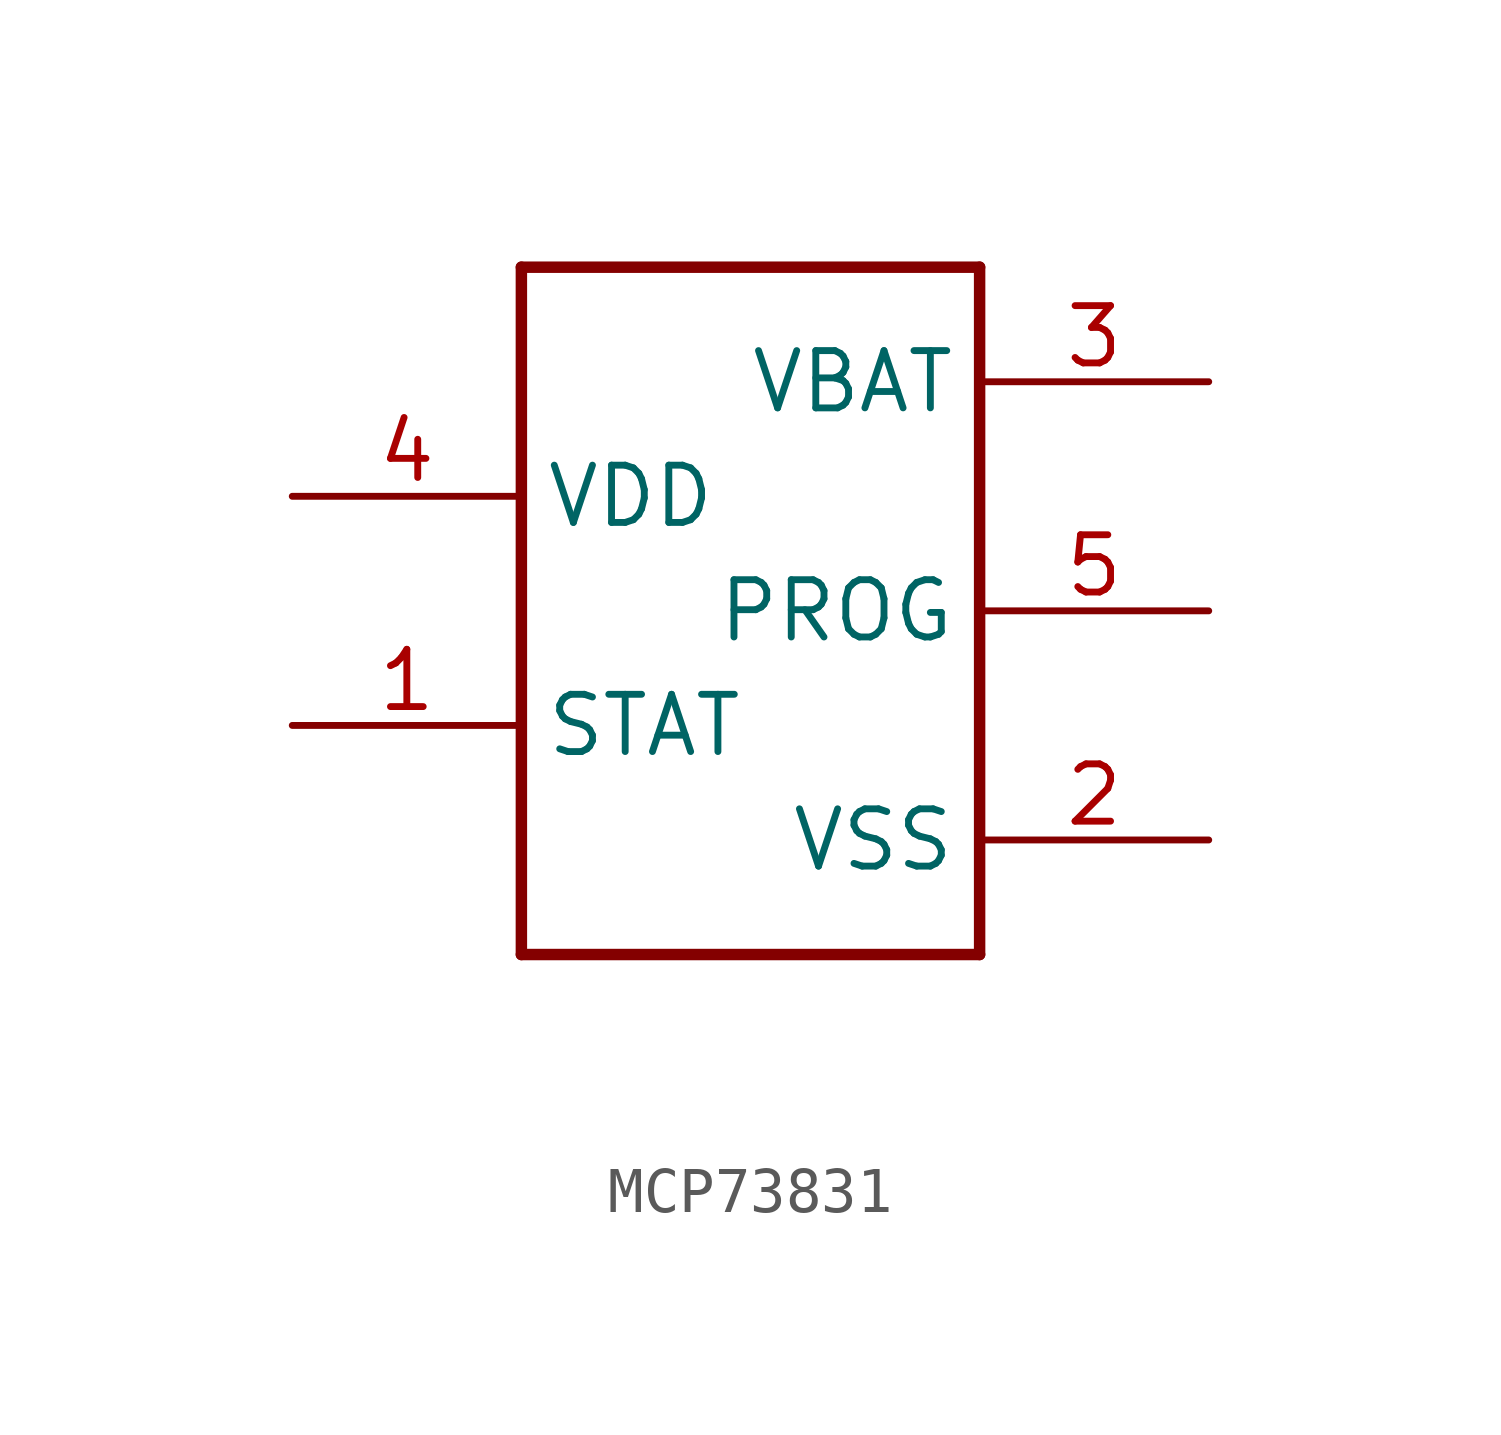
<source format=kicad_sym>
(kicad_symbol_lib
  (version 20231120)
  (generator "kicad_symbol_editor")
  (generator_version "8.0")
  (symbol "MCP73831"
    (property "Reference" ""
      (at -5.08 7.62 0)
      (effects (font (size 1.778 1.511)) (justify left bottom) (hide yes)))
    (property "Value" ""
      (at -5.08 -10.16 0)
      (effects (font (size 1.778 1.511)) (justify left bottom)))
    (property "ki_locked" ""
      (at 0 0 0)
      (effects (font (size 1.27 1.27))))
    (symbol "MCP73831_1_0"
      (polyline (pts (xy -5.08 -7.62) (xy -5.08 7.62)) (stroke (width 0.254) (type solid)) (fill (type none)))
      (polyline (pts (xy -5.08 7.62) (xy 5.08 7.62)) (stroke (width 0.254) (type solid)) (fill (type none)))
      (polyline (pts (xy 5.08 -7.62) (xy -5.08 -7.62)) (stroke (width 0.254) (type solid)) (fill (type none)))
      (polyline (pts (xy 5.08 7.62) (xy 5.08 -7.62)) (stroke (width 0.254) (type solid)) (fill (type none)))
      (pin bidirectional line (at -10.16 -2.54 0) (length 5.08) (name "STAT" (effects (font (size 1.27 1.27)))) (number "1" (effects (font (size 1.27 1.27)))))
      (pin bidirectional line (at 10.16 -5.08 180) (length 5.08) (name "VSS" (effects (font (size 1.27 1.27)))) (number "2" (effects (font (size 1.27 1.27)))))
      (pin bidirectional line (at 10.16 5.08 180) (length 5.08) (name "VBAT" (effects (font (size 1.27 1.27)))) (number "3" (effects (font (size 1.27 1.27)))))
      (pin bidirectional line (at -10.16 2.54 0) (length 5.08) (name "VDD" (effects (font (size 1.27 1.27)))) (number "4" (effects (font (size 1.27 1.27)))))
      (pin bidirectional line (at 10.16 0 180) (length 5.08) (name "PROG" (effects (font (size 1.27 1.27)))) (number "5" (effects (font (size 1.27 1.27))))))))
</source>
